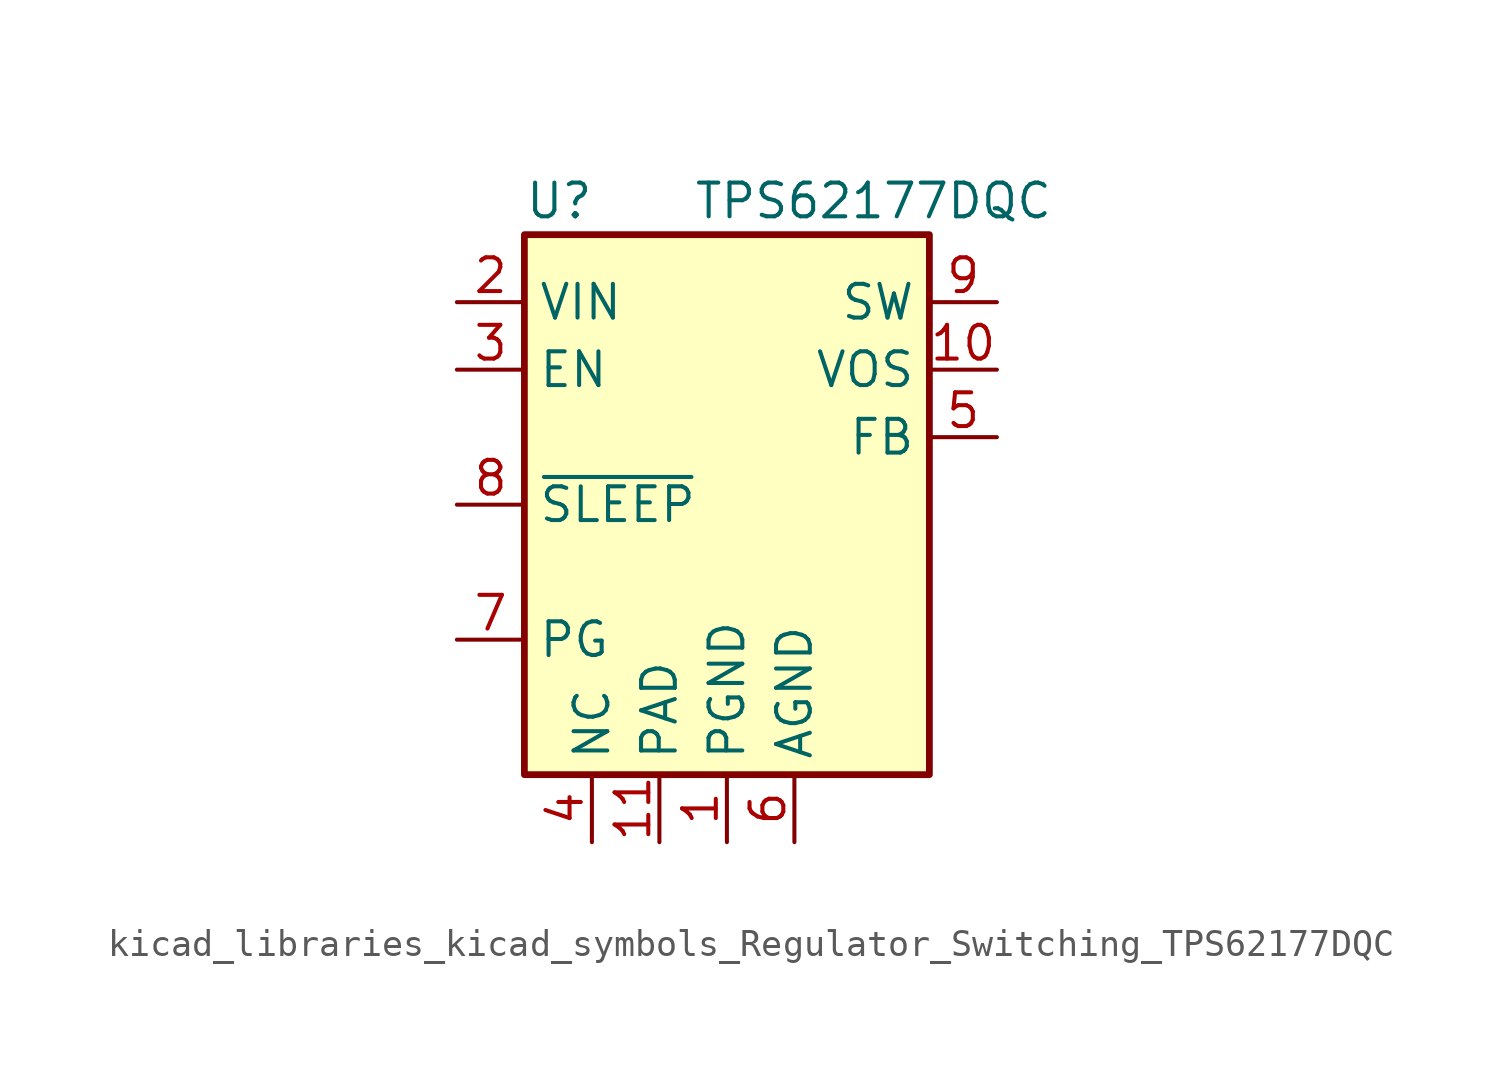
<source format=kicad_sym>
(kicad_symbol_lib
  (version 20220914)
  (generator kicad_symbol_editor)
  (symbol "kicad_libraries_kicad_symbols_Regulator_Switching_TPS62177DQC"
    (property "Reference" "U"
      (at -7.62 11.43 0)
      (effects (font (size 1.27 1.27)) (justify left)))
    (property "Value" "TPS62177DQC"
      (at -1.27 11.43 0)
      (effects (font (size 1.27 1.27)) (justify left)))
    (symbol "kicad_libraries_kicad_symbols_Regulator_Switching_TPS62177DQC_0_1"
      (rectangle (start -7.62 10.16) (end 7.62 -10.16) (stroke (width 0.254) (type default)) (fill (type background))))
    (symbol "kicad_libraries_kicad_symbols_Regulator_Switching_TPS62177DQC_1_1"
      (pin power_in line (at 0 -12.7 90) (length 2.54) (name "PGND" (effects (font (size 1.27 1.27)))) (number "1" (effects (font (size 1.27 1.27)))))
      (pin input line (at 10.16 5.08 180) (length 2.54) (name "VOS" (effects (font (size 1.27 1.27)))) (number "10" (effects (font (size 1.27 1.27)))))
      (pin power_in line (at -2.54 -12.7 90) (length 2.54) (name "PAD" (effects (font (size 1.27 1.27)))) (number "11" (effects (font (size 1.27 1.27)))))
      (pin power_in line (at -10.16 7.62 0) (length 2.54) (name "VIN" (effects (font (size 1.27 1.27)))) (number "2" (effects (font (size 1.27 1.27)))))
      (pin input line (at -10.16 5.08 0) (length 2.54) (name "EN" (effects (font (size 1.27 1.27)))) (number "3" (effects (font (size 1.27 1.27)))))
      (pin passive line (at -5.08 -12.7 90) (length 2.54) (name "NC" (effects (font (size 1.27 1.27)))) (number "4" (effects (font (size 1.27 1.27)))))
      (pin input line (at 10.16 2.54 180) (length 2.54) (name "FB" (effects (font (size 1.27 1.27)))) (number "5" (effects (font (size 1.27 1.27)))))
      (pin power_in line (at 2.54 -12.7 90) (length 2.54) (name "AGND" (effects (font (size 1.27 1.27)))) (number "6" (effects (font (size 1.27 1.27)))))
      (pin output line (at -10.16 -5.08 0) (length 2.54) (name "PG" (effects (font (size 1.27 1.27)))) (number "7" (effects (font (size 1.27 1.27)))))
      (pin input line (at -10.16 0 0) (length 2.54) (name "~{SLEEP}" (effects (font (size 1.27 1.27)))) (number "8" (effects (font (size 1.27 1.27)))))
      (pin power_out line (at 10.16 7.62 180) (length 2.54) (name "SW" (effects (font (size 1.27 1.27)))) (number "9" (effects (font (size 1.27 1.27))))))))
</source>
